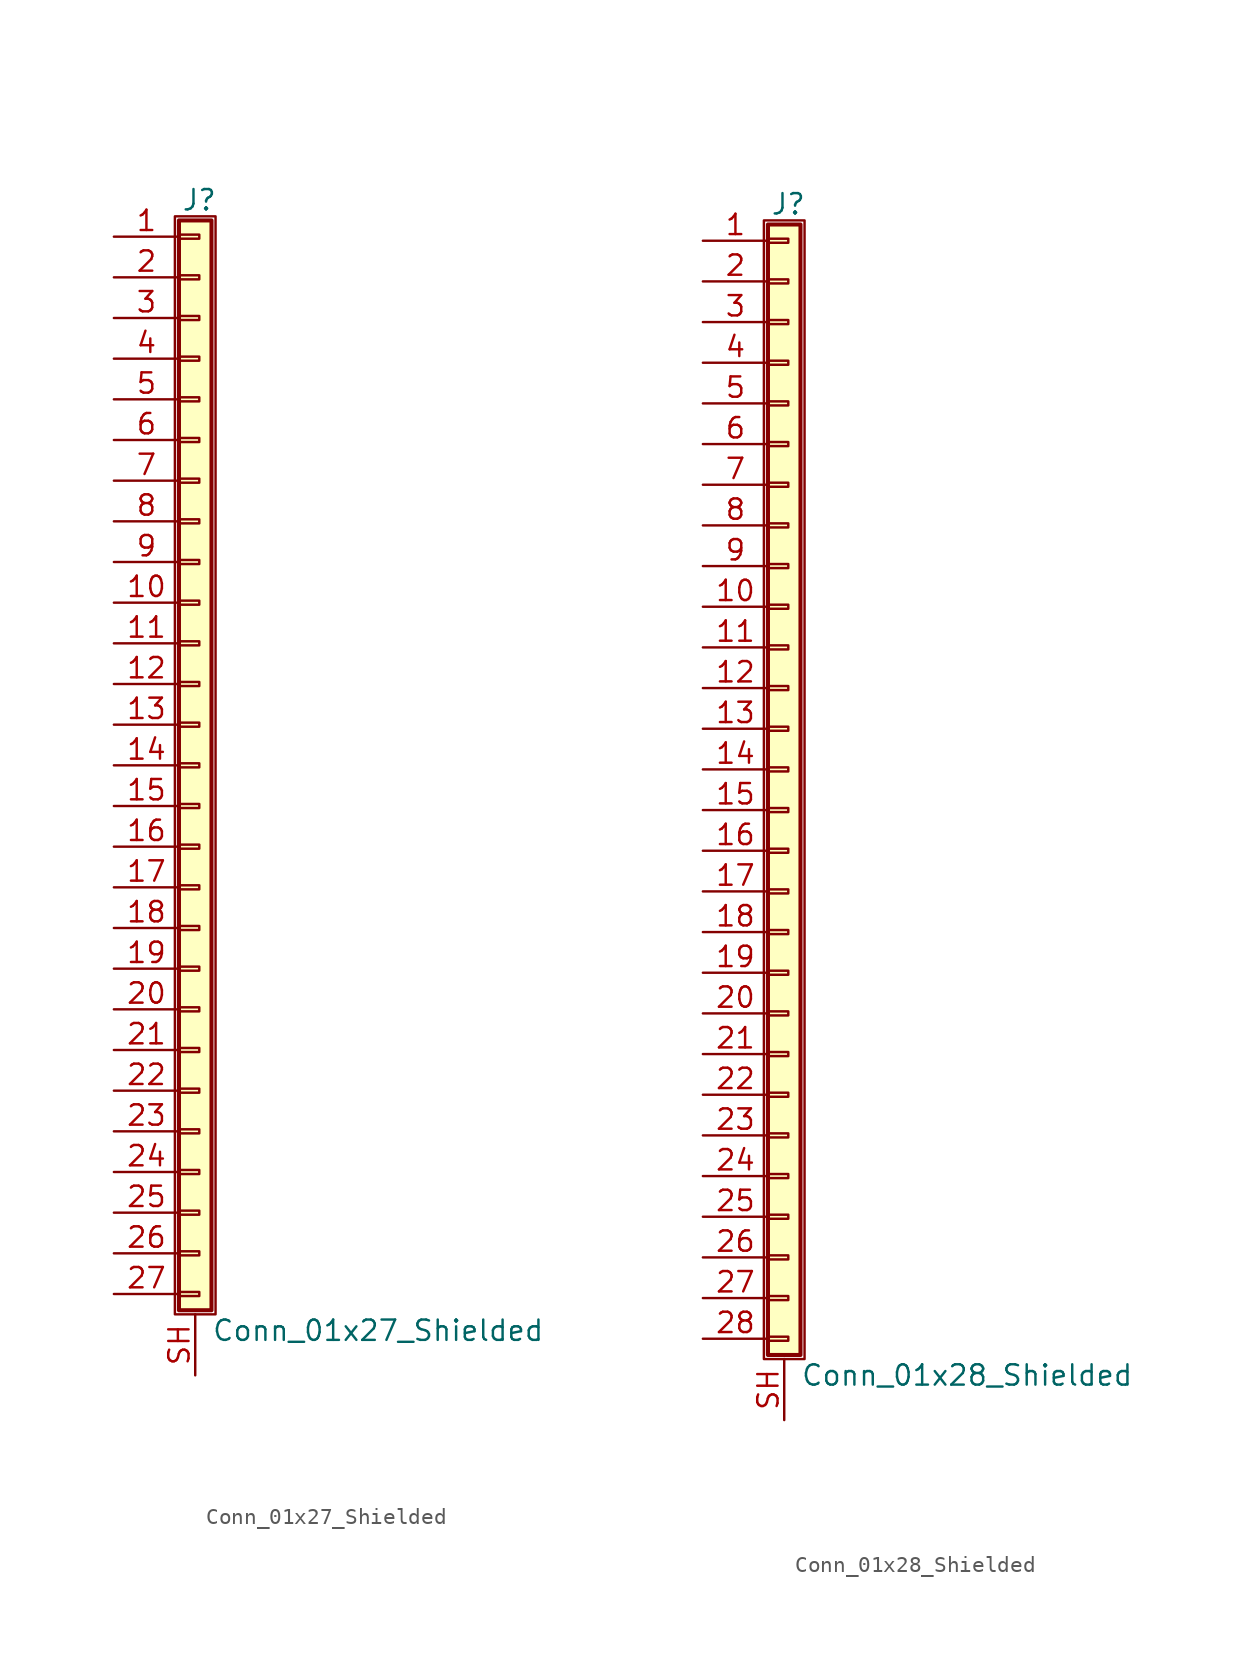
<source format=kicad_sym>
(kicad_symbol_lib
  (version 20201005)
  (generator kicad_symbol_editor)
  (symbol "Conn_01x27_Shielded"
    (pin_names
      (offset 1.016) hide)
    (property "Reference" "J"
      (at 0.254 35.306 0)
      (effects (font (size 1.27 1.27))))
    (property "Value" "Conn_01x27_Shielded"
      (at 1.016 -35.306 0)
      (effects (font (size 1.27 1.27)) (justify left)))
    (symbol "Conn_01x27_Shielded_1_1"
      (rectangle (start -1.27 34.29) (end 1.27 -34.29) (stroke (width 0.152)) (fill (type none)))
      (rectangle (start -1.016 -32.893) (end 0.254 -33.147) (stroke (width 0.152)) (fill (type none)))
      (rectangle (start -1.016 -30.353) (end 0.254 -30.607) (stroke (width 0.152)) (fill (type none)))
      (rectangle (start -1.016 -27.813) (end 0.254 -28.067) (stroke (width 0.152)) (fill (type none)))
      (rectangle (start -1.016 -25.273) (end 0.254 -25.527) (stroke (width 0.152)) (fill (type none)))
      (rectangle (start -1.016 -22.733) (end 0.254 -22.987) (stroke (width 0.152)) (fill (type none)))
      (rectangle (start -1.016 -20.193) (end 0.254 -20.447) (stroke (width 0.152)) (fill (type none)))
      (rectangle (start -1.016 -17.653) (end 0.254 -17.907) (stroke (width 0.152)) (fill (type none)))
      (rectangle (start -1.016 -15.113) (end 0.254 -15.367) (stroke (width 0.152)) (fill (type none)))
      (rectangle (start -1.016 -12.573) (end 0.254 -12.827) (stroke (width 0.152)) (fill (type none)))
      (rectangle (start -1.016 -10.033) (end 0.254 -10.287) (stroke (width 0.152)) (fill (type none)))
      (rectangle (start -1.016 -7.493) (end 0.254 -7.747) (stroke (width 0.152)) (fill (type none)))
      (rectangle (start -1.016 -4.953) (end 0.254 -5.207) (stroke (width 0.152)) (fill (type none)))
      (rectangle (start -1.016 -2.413) (end 0.254 -2.667) (stroke (width 0.152)) (fill (type none)))
      (rectangle (start -1.016 0.127) (end 0.254 -0.127) (stroke (width 0.152)) (fill (type none)))
      (rectangle (start -1.016 2.667) (end 0.254 2.413) (stroke (width 0.152)) (fill (type none)))
      (rectangle (start -1.016 5.207) (end 0.254 4.953) (stroke (width 0.152)) (fill (type none)))
      (rectangle (start -1.016 7.747) (end 0.254 7.493) (stroke (width 0.152)) (fill (type none)))
      (rectangle (start -1.016 10.287) (end 0.254 10.033) (stroke (width 0.152)) (fill (type none)))
      (rectangle (start -1.016 12.827) (end 0.254 12.573) (stroke (width 0.152)) (fill (type none)))
      (rectangle (start -1.016 15.367) (end 0.254 15.113) (stroke (width 0.152)) (fill (type none)))
      (rectangle (start -1.016 17.907) (end 0.254 17.653) (stroke (width 0.152)) (fill (type none)))
      (rectangle (start -1.016 20.447) (end 0.254 20.193) (stroke (width 0.152)) (fill (type none)))
      (rectangle (start -1.016 22.987) (end 0.254 22.733) (stroke (width 0.152)) (fill (type none)))
      (rectangle (start -1.016 25.527) (end 0.254 25.273) (stroke (width 0.152)) (fill (type none)))
      (rectangle (start -1.016 28.067) (end 0.254 27.813) (stroke (width 0.152)) (fill (type none)))
      (rectangle (start -1.016 30.607) (end 0.254 30.353) (stroke (width 0.152)) (fill (type none)))
      (rectangle (start -1.016 33.147) (end 0.254 32.893) (stroke (width 0.152)) (fill (type none)))
      (rectangle (start -1.016 34.036) (end 1.016 -34.036) (stroke (width 0.254)) (fill (type background)))
      (pin passive line (at -5.08 33.02 0) (length 4.064) (name "Pin_1" (effects (font (size 1.27 1.27)))) (number "1" (effects (font (size 1.27 1.27)))))
      (pin passive line (at -5.08 10.16 0) (length 4.064) (name "Pin_10" (effects (font (size 1.27 1.27)))) (number "10" (effects (font (size 1.27 1.27)))))
      (pin passive line (at -5.08 7.62 0) (length 4.064) (name "Pin_11" (effects (font (size 1.27 1.27)))) (number "11" (effects (font (size 1.27 1.27)))))
      (pin passive line (at -5.08 5.08 0) (length 4.064) (name "Pin_12" (effects (font (size 1.27 1.27)))) (number "12" (effects (font (size 1.27 1.27)))))
      (pin passive line (at -5.08 2.54 0) (length 4.064) (name "Pin_13" (effects (font (size 1.27 1.27)))) (number "13" (effects (font (size 1.27 1.27)))))
      (pin passive line (at -5.08 0 0) (length 4.064) (name "Pin_14" (effects (font (size 1.27 1.27)))) (number "14" (effects (font (size 1.27 1.27)))))
      (pin passive line (at -5.08 -2.54 0) (length 4.064) (name "Pin_15" (effects (font (size 1.27 1.27)))) (number "15" (effects (font (size 1.27 1.27)))))
      (pin passive line (at -5.08 -5.08 0) (length 4.064) (name "Pin_16" (effects (font (size 1.27 1.27)))) (number "16" (effects (font (size 1.27 1.27)))))
      (pin passive line (at -5.08 -7.62 0) (length 4.064) (name "Pin_17" (effects (font (size 1.27 1.27)))) (number "17" (effects (font (size 1.27 1.27)))))
      (pin passive line (at -5.08 -10.16 0) (length 4.064) (name "Pin_18" (effects (font (size 1.27 1.27)))) (number "18" (effects (font (size 1.27 1.27)))))
      (pin passive line (at -5.08 -12.7 0) (length 4.064) (name "Pin_19" (effects (font (size 1.27 1.27)))) (number "19" (effects (font (size 1.27 1.27)))))
      (pin passive line (at -5.08 30.48 0) (length 4.064) (name "Pin_2" (effects (font (size 1.27 1.27)))) (number "2" (effects (font (size 1.27 1.27)))))
      (pin passive line (at -5.08 -15.24 0) (length 4.064) (name "Pin_20" (effects (font (size 1.27 1.27)))) (number "20" (effects (font (size 1.27 1.27)))))
      (pin passive line (at -5.08 -17.78 0) (length 4.064) (name "Pin_21" (effects (font (size 1.27 1.27)))) (number "21" (effects (font (size 1.27 1.27)))))
      (pin passive line (at -5.08 -20.32 0) (length 4.064) (name "Pin_22" (effects (font (size 1.27 1.27)))) (number "22" (effects (font (size 1.27 1.27)))))
      (pin passive line (at -5.08 -22.86 0) (length 4.064) (name "Pin_23" (effects (font (size 1.27 1.27)))) (number "23" (effects (font (size 1.27 1.27)))))
      (pin passive line (at -5.08 -25.4 0) (length 4.064) (name "Pin_24" (effects (font (size 1.27 1.27)))) (number "24" (effects (font (size 1.27 1.27)))))
      (pin passive line (at -5.08 -27.94 0) (length 4.064) (name "Pin_25" (effects (font (size 1.27 1.27)))) (number "25" (effects (font (size 1.27 1.27)))))
      (pin passive line (at -5.08 -30.48 0) (length 4.064) (name "Pin_26" (effects (font (size 1.27 1.27)))) (number "26" (effects (font (size 1.27 1.27)))))
      (pin passive line (at -5.08 -33.02 0) (length 4.064) (name "Pin_27" (effects (font (size 1.27 1.27)))) (number "27" (effects (font (size 1.27 1.27)))))
      (pin passive line (at -5.08 27.94 0) (length 4.064) (name "Pin_3" (effects (font (size 1.27 1.27)))) (number "3" (effects (font (size 1.27 1.27)))))
      (pin passive line (at -5.08 25.4 0) (length 4.064) (name "Pin_4" (effects (font (size 1.27 1.27)))) (number "4" (effects (font (size 1.27 1.27)))))
      (pin passive line (at -5.08 22.86 0) (length 4.064) (name "Pin_5" (effects (font (size 1.27 1.27)))) (number "5" (effects (font (size 1.27 1.27)))))
      (pin passive line (at -5.08 20.32 0) (length 4.064) (name "Pin_6" (effects (font (size 1.27 1.27)))) (number "6" (effects (font (size 1.27 1.27)))))
      (pin passive line (at -5.08 17.78 0) (length 4.064) (name "Pin_7" (effects (font (size 1.27 1.27)))) (number "7" (effects (font (size 1.27 1.27)))))
      (pin passive line (at -5.08 15.24 0) (length 4.064) (name "Pin_8" (effects (font (size 1.27 1.27)))) (number "8" (effects (font (size 1.27 1.27)))))
      (pin passive line (at -5.08 12.7 0) (length 4.064) (name "Pin_9" (effects (font (size 1.27 1.27)))) (number "9" (effects (font (size 1.27 1.27)))))
      (pin passive line (at 0 -38.1 90) (length 3.81) (name "Shield" (effects (font (size 1.27 1.27)))) (number "SH" (effects (font (size 1.27 1.27)))))))
  (symbol "Conn_01x28_Shielded"
    (pin_names
      (offset 1.016) hide)
    (property "Reference" "J"
      (at 0.254 35.306 0)
      (effects (font (size 1.27 1.27))))
    (property "Value" "Conn_01x28_Shielded"
      (at 1.016 -37.846 0)
      (effects (font (size 1.27 1.27)) (justify left)))
    (symbol "Conn_01x28_Shielded_1_1"
      (rectangle (start -1.27 34.29) (end 1.27 -36.83) (stroke (width 0.152)) (fill (type none)))
      (rectangle (start -1.016 -35.433) (end 0.254 -35.687) (stroke (width 0.152)) (fill (type none)))
      (rectangle (start -1.016 -32.893) (end 0.254 -33.147) (stroke (width 0.152)) (fill (type none)))
      (rectangle (start -1.016 -30.353) (end 0.254 -30.607) (stroke (width 0.152)) (fill (type none)))
      (rectangle (start -1.016 -27.813) (end 0.254 -28.067) (stroke (width 0.152)) (fill (type none)))
      (rectangle (start -1.016 -25.273) (end 0.254 -25.527) (stroke (width 0.152)) (fill (type none)))
      (rectangle (start -1.016 -22.733) (end 0.254 -22.987) (stroke (width 0.152)) (fill (type none)))
      (rectangle (start -1.016 -20.193) (end 0.254 -20.447) (stroke (width 0.152)) (fill (type none)))
      (rectangle (start -1.016 -17.653) (end 0.254 -17.907) (stroke (width 0.152)) (fill (type none)))
      (rectangle (start -1.016 -15.113) (end 0.254 -15.367) (stroke (width 0.152)) (fill (type none)))
      (rectangle (start -1.016 -12.573) (end 0.254 -12.827) (stroke (width 0.152)) (fill (type none)))
      (rectangle (start -1.016 -10.033) (end 0.254 -10.287) (stroke (width 0.152)) (fill (type none)))
      (rectangle (start -1.016 -7.493) (end 0.254 -7.747) (stroke (width 0.152)) (fill (type none)))
      (rectangle (start -1.016 -4.953) (end 0.254 -5.207) (stroke (width 0.152)) (fill (type none)))
      (rectangle (start -1.016 -2.413) (end 0.254 -2.667) (stroke (width 0.152)) (fill (type none)))
      (rectangle (start -1.016 0.127) (end 0.254 -0.127) (stroke (width 0.152)) (fill (type none)))
      (rectangle (start -1.016 2.667) (end 0.254 2.413) (stroke (width 0.152)) (fill (type none)))
      (rectangle (start -1.016 5.207) (end 0.254 4.953) (stroke (width 0.152)) (fill (type none)))
      (rectangle (start -1.016 7.747) (end 0.254 7.493) (stroke (width 0.152)) (fill (type none)))
      (rectangle (start -1.016 10.287) (end 0.254 10.033) (stroke (width 0.152)) (fill (type none)))
      (rectangle (start -1.016 12.827) (end 0.254 12.573) (stroke (width 0.152)) (fill (type none)))
      (rectangle (start -1.016 15.367) (end 0.254 15.113) (stroke (width 0.152)) (fill (type none)))
      (rectangle (start -1.016 17.907) (end 0.254 17.653) (stroke (width 0.152)) (fill (type none)))
      (rectangle (start -1.016 20.447) (end 0.254 20.193) (stroke (width 0.152)) (fill (type none)))
      (rectangle (start -1.016 22.987) (end 0.254 22.733) (stroke (width 0.152)) (fill (type none)))
      (rectangle (start -1.016 25.527) (end 0.254 25.273) (stroke (width 0.152)) (fill (type none)))
      (rectangle (start -1.016 28.067) (end 0.254 27.813) (stroke (width 0.152)) (fill (type none)))
      (rectangle (start -1.016 30.607) (end 0.254 30.353) (stroke (width 0.152)) (fill (type none)))
      (rectangle (start -1.016 33.147) (end 0.254 32.893) (stroke (width 0.152)) (fill (type none)))
      (rectangle (start -1.016 34.036) (end 1.016 -36.576) (stroke (width 0.254)) (fill (type background)))
      (pin passive line (at -5.08 33.02 0) (length 4.064) (name "Pin_1" (effects (font (size 1.27 1.27)))) (number "1" (effects (font (size 1.27 1.27)))))
      (pin passive line (at -5.08 10.16 0) (length 4.064) (name "Pin_10" (effects (font (size 1.27 1.27)))) (number "10" (effects (font (size 1.27 1.27)))))
      (pin passive line (at -5.08 7.62 0) (length 4.064) (name "Pin_11" (effects (font (size 1.27 1.27)))) (number "11" (effects (font (size 1.27 1.27)))))
      (pin passive line (at -5.08 5.08 0) (length 4.064) (name "Pin_12" (effects (font (size 1.27 1.27)))) (number "12" (effects (font (size 1.27 1.27)))))
      (pin passive line (at -5.08 2.54 0) (length 4.064) (name "Pin_13" (effects (font (size 1.27 1.27)))) (number "13" (effects (font (size 1.27 1.27)))))
      (pin passive line (at -5.08 0 0) (length 4.064) (name "Pin_14" (effects (font (size 1.27 1.27)))) (number "14" (effects (font (size 1.27 1.27)))))
      (pin passive line (at -5.08 -2.54 0) (length 4.064) (name "Pin_15" (effects (font (size 1.27 1.27)))) (number "15" (effects (font (size 1.27 1.27)))))
      (pin passive line (at -5.08 -5.08 0) (length 4.064) (name "Pin_16" (effects (font (size 1.27 1.27)))) (number "16" (effects (font (size 1.27 1.27)))))
      (pin passive line (at -5.08 -7.62 0) (length 4.064) (name "Pin_17" (effects (font (size 1.27 1.27)))) (number "17" (effects (font (size 1.27 1.27)))))
      (pin passive line (at -5.08 -10.16 0) (length 4.064) (name "Pin_18" (effects (font (size 1.27 1.27)))) (number "18" (effects (font (size 1.27 1.27)))))
      (pin passive line (at -5.08 -12.7 0) (length 4.064) (name "Pin_19" (effects (font (size 1.27 1.27)))) (number "19" (effects (font (size 1.27 1.27)))))
      (pin passive line (at -5.08 30.48 0) (length 4.064) (name "Pin_2" (effects (font (size 1.27 1.27)))) (number "2" (effects (font (size 1.27 1.27)))))
      (pin passive line (at -5.08 -15.24 0) (length 4.064) (name "Pin_20" (effects (font (size 1.27 1.27)))) (number "20" (effects (font (size 1.27 1.27)))))
      (pin passive line (at -5.08 -17.78 0) (length 4.064) (name "Pin_21" (effects (font (size 1.27 1.27)))) (number "21" (effects (font (size 1.27 1.27)))))
      (pin passive line (at -5.08 -20.32 0) (length 4.064) (name "Pin_22" (effects (font (size 1.27 1.27)))) (number "22" (effects (font (size 1.27 1.27)))))
      (pin passive line (at -5.08 -22.86 0) (length 4.064) (name "Pin_23" (effects (font (size 1.27 1.27)))) (number "23" (effects (font (size 1.27 1.27)))))
      (pin passive line (at -5.08 -25.4 0) (length 4.064) (name "Pin_24" (effects (font (size 1.27 1.27)))) (number "24" (effects (font (size 1.27 1.27)))))
      (pin passive line (at -5.08 -27.94 0) (length 4.064) (name "Pin_25" (effects (font (size 1.27 1.27)))) (number "25" (effects (font (size 1.27 1.27)))))
      (pin passive line (at -5.08 -30.48 0) (length 4.064) (name "Pin_26" (effects (font (size 1.27 1.27)))) (number "26" (effects (font (size 1.27 1.27)))))
      (pin passive line (at -5.08 -33.02 0) (length 4.064) (name "Pin_27" (effects (font (size 1.27 1.27)))) (number "27" (effects (font (size 1.27 1.27)))))
      (pin passive line (at -5.08 -35.56 0) (length 4.064) (name "Pin_28" (effects (font (size 1.27 1.27)))) (number "28" (effects (font (size 1.27 1.27)))))
      (pin passive line (at -5.08 27.94 0) (length 4.064) (name "Pin_3" (effects (font (size 1.27 1.27)))) (number "3" (effects (font (size 1.27 1.27)))))
      (pin passive line (at -5.08 25.4 0) (length 4.064) (name "Pin_4" (effects (font (size 1.27 1.27)))) (number "4" (effects (font (size 1.27 1.27)))))
      (pin passive line (at -5.08 22.86 0) (length 4.064) (name "Pin_5" (effects (font (size 1.27 1.27)))) (number "5" (effects (font (size 1.27 1.27)))))
      (pin passive line (at -5.08 20.32 0) (length 4.064) (name "Pin_6" (effects (font (size 1.27 1.27)))) (number "6" (effects (font (size 1.27 1.27)))))
      (pin passive line (at -5.08 17.78 0) (length 4.064) (name "Pin_7" (effects (font (size 1.27 1.27)))) (number "7" (effects (font (size 1.27 1.27)))))
      (pin passive line (at -5.08 15.24 0) (length 4.064) (name "Pin_8" (effects (font (size 1.27 1.27)))) (number "8" (effects (font (size 1.27 1.27)))))
      (pin passive line (at -5.08 12.7 0) (length 4.064) (name "Pin_9" (effects (font (size 1.27 1.27)))) (number "9" (effects (font (size 1.27 1.27)))))
      (pin passive line (at 0 -40.64 90) (length 3.81) (name "Shield" (effects (font (size 1.27 1.27)))) (number "SH" (effects (font (size 1.27 1.27))))))))
</source>
